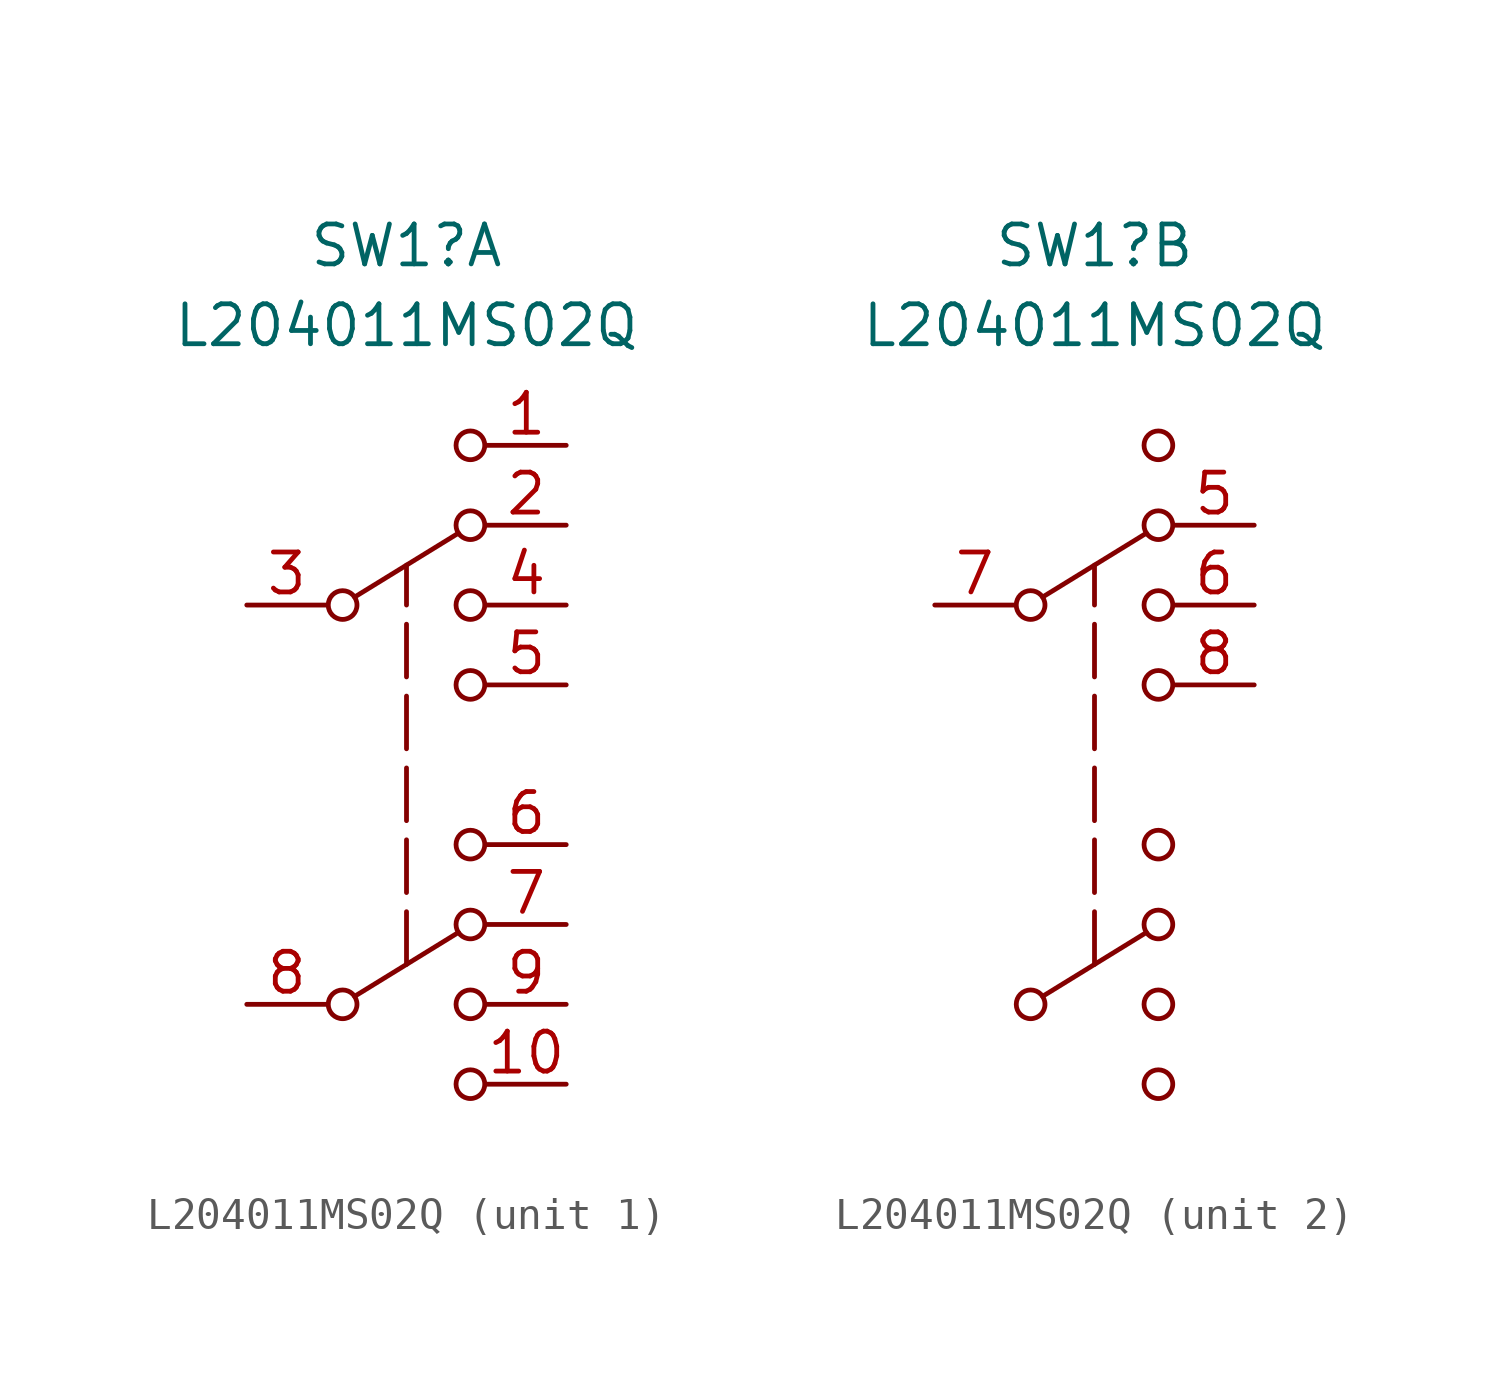
<source format=kicad_sym>
(kicad_symbol_lib
  (version 20220914)
  (generator kicad_symbol_editor)
  (symbol "L204011MS02Q"
    (pin_names
      (offset 0) hide)
    (property "Reference" "SW1"
      (at 0 11.43 0)
      (effects (font (size 1.27 1.27))))
    (property "Value" "L204011MS02Q"
      (at 0 8.89 0)
      (effects (font (size 1.27 1.27))))
    (symbol "L204011MS02Q_0_1"
      (circle (center -2.032 -12.7) (radius 0.457) (stroke (width 0) (type default)) (fill (type none)))
      (circle (center -2.032 0) (radius 0.457) (stroke (width 0) (type default)) (fill (type none)))
      (polyline (pts (xy -1.651 -12.446) (xy 1.651 -10.414)) (stroke (width 0) (type default)) (fill (type none)))
      (polyline (pts (xy -1.651 0.254) (xy 1.651 2.286)) (stroke (width 0) (type default)) (fill (type none)))
      (polyline (pts (xy 0 -11.43) (xy 0 1.27)) (stroke (width 0) (type dash)) (fill (type none)))
      (circle (center 2.032 -15.24) (radius 0.457) (stroke (width 0) (type default)) (fill (type none)))
      (circle (center 2.032 -12.7) (radius 0.457) (stroke (width 0) (type default)) (fill (type none)))
      (circle (center 2.032 -10.16) (radius 0.457) (stroke (width 0) (type default)) (fill (type none)))
      (circle (center 2.032 -7.62) (radius 0.457) (stroke (width 0) (type default)) (fill (type none)))
      (circle (center 2.032 -2.54) (radius 0.457) (stroke (width 0) (type default)) (fill (type none)))
      (circle (center 2.032 0) (radius 0.457) (stroke (width 0) (type default)) (fill (type none)))
      (circle (center 2.032 2.54) (radius 0.457) (stroke (width 0) (type default)) (fill (type none)))
      (circle (center 2.032 5.08) (radius 0.457) (stroke (width 0) (type default)) (fill (type none))))
    (symbol "L204011MS02Q_1_1"
      (pin passive line (at 5.08 5.08 180) (length 2.54) (name "1" (effects (font (size 1.27 1.27)))) (number "1" (effects (font (size 1.27 1.27)))))
      (pin passive line (at 5.08 -15.24 180) (length 2.54) (name "10" (effects (font (size 1.27 1.27)))) (number "10" (effects (font (size 1.27 1.27)))))
      (pin passive line (at 5.08 2.54 180) (length 2.54) (name "2" (effects (font (size 1.27 1.27)))) (number "2" (effects (font (size 1.27 1.27)))))
      (pin passive line (at -5.08 0 0) (length 2.54) (name "3" (effects (font (size 1.27 1.27)))) (number "3" (effects (font (size 1.27 1.27)))))
      (pin passive line (at 5.08 0 180) (length 2.54) (name "4" (effects (font (size 1.27 1.27)))) (number "4" (effects (font (size 1.27 1.27)))))
      (pin passive line (at 5.08 -2.54 180) (length 2.54) (name "5" (effects (font (size 1.27 1.27)))) (number "5" (effects (font (size 1.27 1.27)))))
      (pin passive line (at 5.08 -7.62 180) (length 2.54) (name "6" (effects (font (size 1.27 1.27)))) (number "6" (effects (font (size 1.27 1.27)))))
      (pin passive line (at 5.08 -10.16 180) (length 2.54) (name "7" (effects (font (size 1.27 1.27)))) (number "7" (effects (font (size 1.27 1.27)))))
      (pin passive line (at -5.08 -12.7 0) (length 2.54) (name "8" (effects (font (size 1.27 1.27)))) (number "8" (effects (font (size 1.27 1.27)))))
      (pin passive line (at 5.08 -12.7 180) (length 2.54) (name "9" (effects (font (size 1.27 1.27)))) (number "9" (effects (font (size 1.27 1.27))))))
    (symbol "L204011MS02Q_2_1"
      (pin passive line (at 5.08 2.54 180) (length 2.54) (name "5" (effects (font (size 1.27 1.27)))) (number "5" (effects (font (size 1.27 1.27)))))
      (pin passive line (at 5.08 0 180) (length 2.54) (name "6" (effects (font (size 1.27 1.27)))) (number "6" (effects (font (size 1.27 1.27)))))
      (pin passive line (at -5.08 0 0) (length 2.54) (name "7" (effects (font (size 1.27 1.27)))) (number "7" (effects (font (size 1.27 1.27)))))
      (pin passive line (at 5.08 -2.54 180) (length 2.54) (name "8" (effects (font (size 1.27 1.27)))) (number "8" (effects (font (size 1.27 1.27))))))))
</source>
